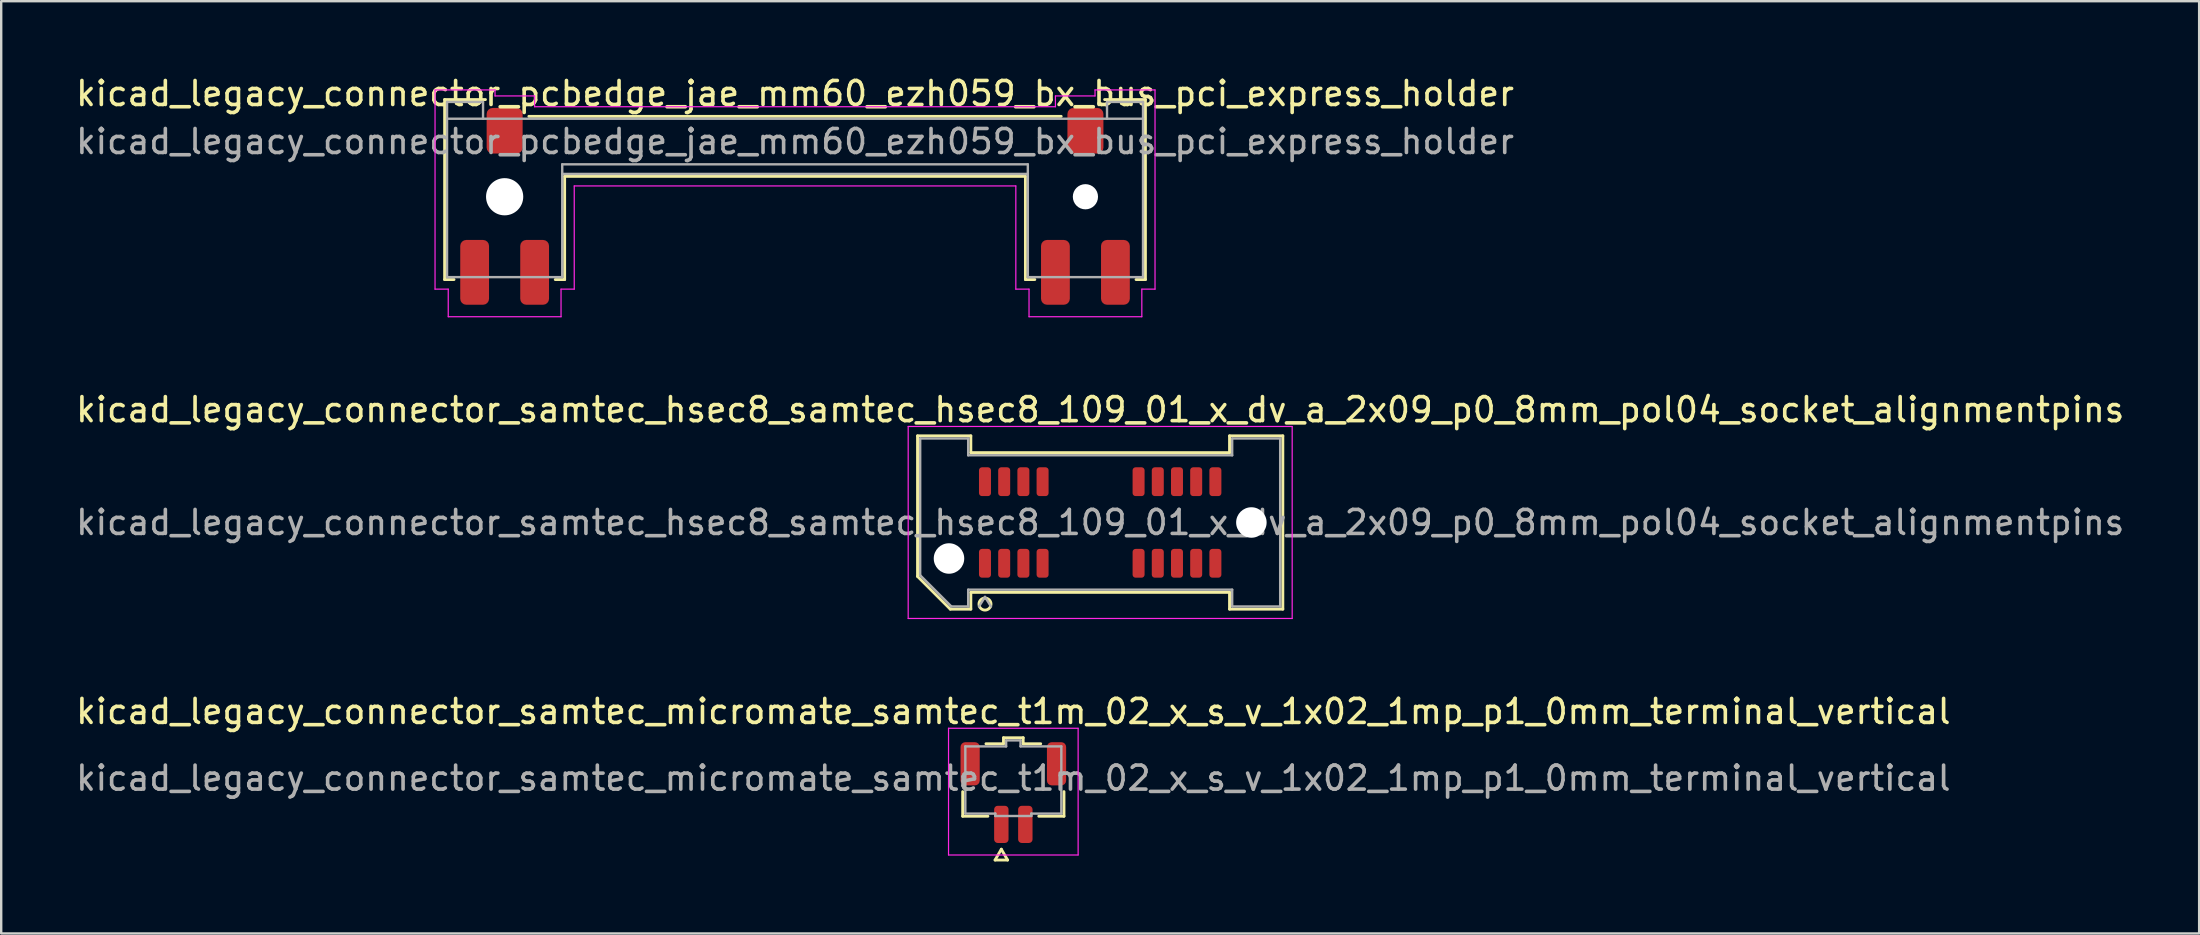
<source format=kicad_pcb>
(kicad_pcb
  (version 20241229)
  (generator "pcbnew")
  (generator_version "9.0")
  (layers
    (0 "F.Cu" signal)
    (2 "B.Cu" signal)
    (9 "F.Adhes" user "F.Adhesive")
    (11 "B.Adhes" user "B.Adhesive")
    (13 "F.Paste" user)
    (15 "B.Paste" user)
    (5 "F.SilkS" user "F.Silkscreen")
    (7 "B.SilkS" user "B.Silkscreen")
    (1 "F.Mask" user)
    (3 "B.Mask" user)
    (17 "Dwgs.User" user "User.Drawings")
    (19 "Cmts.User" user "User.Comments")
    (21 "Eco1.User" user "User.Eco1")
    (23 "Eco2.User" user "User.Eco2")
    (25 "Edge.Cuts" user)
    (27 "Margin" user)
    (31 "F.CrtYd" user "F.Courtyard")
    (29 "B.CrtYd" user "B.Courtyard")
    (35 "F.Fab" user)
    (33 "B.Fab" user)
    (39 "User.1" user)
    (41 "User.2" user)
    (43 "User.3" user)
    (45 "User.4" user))
  (footprint "kicad_legacy_connector_pcbedge_jae_mm60_ezh059_bx_bus_pci_express_holder"
    (layer "F.Cu")
    (at 30.077 2.848)
    (property "Reference" "kicad_legacy_connector_pcbedge_jae_mm60_ezh059_bx_bus_pci_express_holder" (at 0 -2 0) (layer "F.SilkS") (effects (font (size 1 1) (thickness 0.15))))
    (attr smd)
    (fp_line (start -14.6 -1.75) (end -12.9 -1.75) (stroke (width 0.12) (type solid)) (layer "F.SilkS"))
    (fp_line (start -14.6 5.75) (end -14.6 -1.75) (stroke (width 0.12) (type solid)) (layer "F.SilkS"))
    (fp_line (start -14.6 5.75) (end -14.21 5.75) (stroke (width 0.12) (type solid)) (layer "F.SilkS"))
    (fp_line (start -11.09 -1.05) (end 11.09 -1.05) (stroke (width 0.12) (type solid)) (layer "F.SilkS"))
    (fp_line (start -9.99 5.75) (end -9.6 5.75) (stroke (width 0.12) (type solid)) (layer "F.SilkS"))
    (fp_line (start -9.6 1.45) (end 9.6 1.45) (stroke (width 0.12) (type solid)) (layer "F.SilkS"))
    (fp_line (start -9.6 5.75) (end -9.6 1.45) (stroke (width 0.12) (type solid)) (layer "F.SilkS"))
    (fp_line (start 9.6 5.75) (end 9.6 1.45) (stroke (width 0.12) (type solid)) (layer "F.SilkS"))
    (fp_line (start 9.99 5.75) (end 9.6 5.75) (stroke (width 0.12) (type solid)) (layer "F.SilkS"))
    (fp_line (start 14.21 5.75) (end 14.6 5.75) (stroke (width 0.12) (type solid)) (layer "F.SilkS"))
    (fp_line (start 14.6 -1.75) (end 12.9 -1.75) (stroke (width 0.12) (type solid)) (layer "F.SilkS"))
    (fp_line (start 14.6 5.75) (end 14.6 -1.75) (stroke (width 0.12) (type solid)) (layer "F.SilkS"))
    (fp_line (start -15 -2.15) (end -15 6.15) (stroke (width 0.05) (type default)) (layer "F.CrtYd"))
    (fp_line (start -15 -2.15) (end -12.5 -2.15) (stroke (width 0.05) (type default)) (layer "F.CrtYd"))
    (fp_line (start -15 6.15) (end -14.45 6.15) (stroke (width 0.05) (type default)) (layer "F.CrtYd"))
    (fp_line (start -14.45 6.15) (end -14.45 7.3) (stroke (width 0.05) (type default)) (layer "F.CrtYd"))
    (fp_line (start -14.45 7.3) (end -9.75 7.3) (stroke (width 0.05) (type default)) (layer "F.CrtYd"))
    (fp_line (start -12.5 -2.15) (end -12.5 -1.9) (stroke (width 0.05) (type default)) (layer "F.CrtYd"))
    (fp_line (start -12.5 -1.9) (end -10.85 -1.9) (stroke (width 0.05) (type default)) (layer "F.CrtYd"))
    (fp_line (start -10.85 -1.9) (end -10.85 -1.45) (stroke (width 0.05) (type default)) (layer "F.CrtYd"))
    (fp_line (start -9.75 6.15) (end -9.2 6.15) (stroke (width 0.05) (type default)) (layer "F.CrtYd"))
    (fp_line (start -9.75 7.3) (end -9.75 6.15) (stroke (width 0.05) (type default)) (layer "F.CrtYd"))
    (fp_line (start -9.2 1.85) (end 9.2 1.85) (stroke (width 0.05) (type default)) (layer "F.CrtYd"))
    (fp_line (start -9.2 6.15) (end -9.2 1.85) (stroke (width 0.05) (type default)) (layer "F.CrtYd"))
    (fp_line (start 9.2 6.15) (end 9.2 1.85) (stroke (width 0.05) (type default)) (layer "F.CrtYd"))
    (fp_line (start 9.75 6.15) (end 9.2 6.15) (stroke (width 0.05) (type default)) (layer "F.CrtYd"))
    (fp_line (start 9.75 7.3) (end 9.75 6.15) (stroke (width 0.05) (type default)) (layer "F.CrtYd"))
    (fp_line (start 10.85 -1.9) (end 10.85 -1.45) (stroke (width 0.05) (type default)) (layer "F.CrtYd"))
    (fp_line (start 10.85 -1.45) (end -10.85 -1.45) (stroke (width 0.05) (type default)) (layer "F.CrtYd"))
    (fp_line (start 12.5 -2.15) (end 12.5 -1.9) (stroke (width 0.05) (type default)) (layer "F.CrtYd"))
    (fp_line (start 12.5 -1.9) (end 10.85 -1.9) (stroke (width 0.05) (type default)) (layer "F.CrtYd"))
    (fp_line (start 14.45 6.15) (end 14.45 7.3) (stroke (width 0.05) (type default)) (layer "F.CrtYd"))
    (fp_line (start 14.45 7.3) (end 9.75 7.3) (stroke (width 0.05) (type default)) (layer "F.CrtYd"))
    (fp_line (start 15 -2.15) (end 12.5 -2.15) (stroke (width 0.05) (type default)) (layer "F.CrtYd"))
    (fp_line (start 15 -2.15) (end 15 6.15) (stroke (width 0.05) (type default)) (layer "F.CrtYd"))
    (fp_line (start 15 6.15) (end 14.45 6.15) (stroke (width 0.05) (type default)) (layer "F.CrtYd"))
    (fp_line (start -14.5 -1.65) (end -13 -1.65) (stroke (width 0.1) (type default)) (layer "F.Fab"))
    (fp_line (start -14.5 -0.95) (end 14.5 -0.95) (stroke (width 0.1) (type solid)) (layer "F.Fab"))
    (fp_line (start -14.5 5.65) (end -14.5 -1.65) (stroke (width 0.1) (type solid)) (layer "F.Fab"))
    (fp_line (start -13 -1.65) (end -13 -0.95) (stroke (width 0.1) (type default)) (layer "F.Fab"))
    (fp_line (start -9.7 0.95) (end 9.7 0.95) (stroke (width 0.1) (type default)) (layer "F.Fab"))
    (fp_line (start -9.7 1.35) (end -9.7 0.95) (stroke (width 0.1) (type default)) (layer "F.Fab"))
    (fp_line (start -9.7 1.35) (end -9.7 5.65) (stroke (width 0.1) (type solid)) (layer "F.Fab"))
    (fp_line (start -9.7 1.35) (end 9.7 1.35) (stroke (width 0.1) (type default)) (layer "F.Fab"))
    (fp_line (start -9.7 5.65) (end -14.5 5.65) (stroke (width 0.1) (type solid)) (layer "F.Fab"))
    (fp_line (start 9.7 1.35) (end 9.7 0.95) (stroke (width 0.1) (type default)) (layer "F.Fab"))
    (fp_line (start 9.7 1.35) (end 9.7 5.65) (stroke (width 0.1) (type solid)) (layer "F.Fab"))
    (fp_line (start 13 -1.65) (end 13 -0.95) (stroke (width 0.1) (type default)) (layer "F.Fab"))
    (fp_line (start 14.5 -1.65) (end 13 -1.65) (stroke (width 0.1) (type default)) (layer "F.Fab"))
    (fp_line (start 14.5 -1.65) (end 14.5 5.65) (stroke (width 0.1) (type solid)) (layer "F.Fab"))
    (fp_line (start 14.5 5.65) (end 9.7 5.65) (stroke (width 0.1) (type solid)) (layer "F.Fab"))
    (fp_text user "${REFERENCE}" (at 0 0 0) (layer "F.Fab") (effects (font (size 1 1) (thickness 0.15))))
    (pad "" np_thru_hole circle (at -12.1 2.3) (size 1.55 1.55) (drill 1.55) (layers "*.Cu" "*.Mask"))
    (pad "" np_thru_hole circle (at 12.1 2.3) (size 1.05 1.05) (drill 1.05) (layers "*.Cu" "*.Mask"))
    (pad "MP" smd roundrect (at -13.35 5.45) (size 1.2 2.7) (layers "F.Cu" "F.Mask" "F.Paste") (roundrect_rratio 0.208))
    (pad "MP" smd roundrect (at -12.1 -0.45) (size 1.5 1.9) (layers "F.Cu" "F.Mask" "F.Paste") (roundrect_rratio 0.167))
    (pad "MP" smd roundrect (at -10.85 5.45) (size 1.2 2.7) (layers "F.Cu" "F.Mask" "F.Paste") (roundrect_rratio 0.208))
    (pad "MP" smd roundrect (at 10.85 5.45) (size 1.2 2.7) (layers "F.Cu" "F.Mask" "F.Paste") (roundrect_rratio 0.208))
    (pad "MP" smd roundrect (at 12.1 -0.45) (size 1.5 1.9) (layers "F.Cu" "F.Mask" "F.Paste") (roundrect_rratio 0.167))
    (pad "MP" smd roundrect (at 13.35 5.45) (size 1.2 2.7) (layers "F.Cu" "F.Mask" "F.Paste") (roundrect_rratio 0.208)))
  (footprint "kicad_legacy_connector_samtec_micromate_samtec_t1m_02_x_s_v_1x02_1mp_p1_0mm_terminal_vertical"
    (layer "F.Cu")
    (at 39.173 29.375)
    (property "Reference" "kicad_legacy_connector_samtec_micromate_samtec_t1m_02_x_s_v_1x02_1mp_p1_0mm_terminal_vertical" (at 0 -2.78 0) (layer "F.SilkS") (effects (font (size 1 1) (thickness 0.15))))
    (attr smd)
    (fp_line (start -2.11 1.585) (end -2.11 0.56) (stroke (width 0.12) (type solid)) (layer "F.SilkS"))
    (fp_line (start -1.14 -1.435) (end -0.41 -1.435) (stroke (width 0.12) (type solid)) (layer "F.SilkS"))
    (fp_line (start -1.06 1.585) (end -2.11 1.585) (stroke (width 0.12) (type solid)) (layer "F.SilkS"))
    (fp_line (start -0.76 3.41) (end -0.5 2.96) (stroke (width 0.12) (type solid)) (layer "F.SilkS"))
    (fp_line (start -0.5 2.96) (end -0.24 3.41) (stroke (width 0.12) (type solid)) (layer "F.SilkS"))
    (fp_line (start -0.41 -1.685) (end 0.41 -1.685) (stroke (width 0.12) (type solid)) (layer "F.SilkS"))
    (fp_line (start -0.41 -1.435) (end -0.41 -1.685) (stroke (width 0.12) (type solid)) (layer "F.SilkS"))
    (fp_line (start -0.24 3.41) (end -0.76 3.41) (stroke (width 0.12) (type solid)) (layer "F.SilkS"))
    (fp_line (start 0.41 -1.685) (end 0.41 -1.435) (stroke (width 0.12) (type solid)) (layer "F.SilkS"))
    (fp_line (start 0.41 -1.435) (end 1.14 -1.435) (stroke (width 0.12) (type solid)) (layer "F.SilkS"))
    (fp_line (start 2.11 0.56) (end 2.11 1.585) (stroke (width 0.12) (type solid)) (layer "F.SilkS"))
    (fp_line (start 2.11 1.585) (end 1.06 1.585) (stroke (width 0.12) (type solid)) (layer "F.SilkS"))
    (fp_line (start -2.7 -2.08) (end -2.7 3.2) (stroke (width 0.05) (type solid)) (layer "F.CrtYd"))
    (fp_line (start -2.7 3.2) (end 2.7 3.2) (stroke (width 0.05) (type solid)) (layer "F.CrtYd"))
    (fp_line (start 2.7 -2.08) (end -2.7 -2.08) (stroke (width 0.05) (type solid)) (layer "F.CrtYd"))
    (fp_line (start 2.7 3.2) (end 2.7 -2.08) (stroke (width 0.05) (type solid)) (layer "F.CrtYd"))
    (fp_line (start -2 -1.325) (end -0.3 -1.325) (stroke (width 0.1) (type solid)) (layer "F.Fab"))
    (fp_line (start -2 1.475) (end -2 -1.325) (stroke (width 0.1) (type solid)) (layer "F.Fab"))
    (fp_line (start -0.75 1.475) (end -2 1.475) (stroke (width 0.1) (type solid)) (layer "F.Fab"))
    (fp_line (start -0.75 1.575) (end -0.75 1.475) (stroke (width 0.1) (type solid)) (layer "F.Fab"))
    (fp_line (start -0.3 -1.575) (end 0.3 -1.575) (stroke (width 0.1) (type solid)) (layer "F.Fab"))
    (fp_line (start -0.3 -1.325) (end -0.3 -1.575) (stroke (width 0.1) (type solid)) (layer "F.Fab"))
    (fp_line (start 0.3 -1.575) (end 0.3 -1.325) (stroke (width 0.1) (type solid)) (layer "F.Fab"))
    (fp_line (start 0.3 -1.325) (end 2 -1.325) (stroke (width 0.1) (type solid)) (layer "F.Fab"))
    (fp_line (start 0.75 1.475) (end 0.75 1.575) (stroke (width 0.1) (type solid)) (layer "F.Fab"))
    (fp_line (start 0.75 1.575) (end -0.75 1.575) (stroke (width 0.1) (type solid)) (layer "F.Fab"))
    (fp_line (start 2 -1.325) (end 2 1.475) (stroke (width 0.1) (type solid)) (layer "F.Fab"))
    (fp_line (start 2 1.475) (end 0.75 1.475) (stroke (width 0.1) (type solid)) (layer "F.Fab"))
    (fp_text user "${REFERENCE}" (at 0 0 0) (layer "F.Fab") (effects (font (size 1 1) (thickness 0.15))))
    (pad "1" smd roundrect (at -0.5 1.925) (size 0.6 1.55) (layers "F.Cu" "F.Mask" "F.Paste") (roundrect_rratio 0.25))
    (pad "2" smd roundrect (at 0.5 1.925) (size 0.6 1.55) (layers "F.Cu" "F.Mask" "F.Paste") (roundrect_rratio 0.25))
    (pad "MP" smd roundrect (at -1.8 -0.6) (size 0.8 1.8) (layers "F.Cu" "F.Mask" "F.Paste") (roundrect_rratio 0.25))
    (pad "MP" smd roundrect (at 1.8 -0.6) (size 0.8 1.8) (layers "F.Cu" "F.Mask" "F.Paste") (roundrect_rratio 0.25)))
  (footprint "kicad_legacy_connector_samtec_hsec8_samtec_hsec8_109_01_x_dv_a_2x09_p0_8mm_pol04_socket_alignmentpins"
    (layer "F.Cu")
    (at 42.792 18.721)
    (property "Reference" "kicad_legacy_connector_samtec_hsec8_samtec_hsec8_109_01_x_dv_a_2x09_p0_8mm_pol04_socket_alignmentpins" (at 0 -4.7 0) (layer "F.SilkS") (effects (font (size 1 1) (thickness 0.15))))
    (attr smd)
    (fp_line (start -7.61 -3.61) (end -5.39 -3.61) (stroke (width 0.12) (type solid)) (layer "F.SilkS"))
    (fp_line (start -7.61 2.246) (end -7.61 -3.61) (stroke (width 0.12) (type solid)) (layer "F.SilkS"))
    (fp_line (start -6.246 3.61) (end -7.61 2.246) (stroke (width 0.12) (type solid)) (layer "F.SilkS"))
    (fp_line (start -5.39 -3.61) (end -5.39 -2.91) (stroke (width 0.12) (type solid)) (layer "F.SilkS"))
    (fp_line (start -5.39 -2.91) (end 5.39 -2.91) (stroke (width 0.12) (type solid)) (layer "F.SilkS"))
    (fp_line (start -5.39 2.91) (end -5.39 3.61) (stroke (width 0.12) (type solid)) (layer "F.SilkS"))
    (fp_line (start -5.39 3.61) (end -6.246 3.61) (stroke (width 0.12) (type solid)) (layer "F.SilkS"))
    (fp_line (start 5.39 -3.61) (end 7.61 -3.61) (stroke (width 0.12) (type solid)) (layer "F.SilkS"))
    (fp_line (start 5.39 -2.91) (end 5.39 -3.61) (stroke (width 0.12) (type solid)) (layer "F.SilkS"))
    (fp_line (start 5.39 2.91) (end -5.39 2.91) (stroke (width 0.12) (type solid)) (layer "F.SilkS"))
    (fp_line (start 5.39 3.61) (end 5.39 2.91) (stroke (width 0.12) (type solid)) (layer "F.SilkS"))
    (fp_line (start 7.61 -3.61) (end 7.61 3.61) (stroke (width 0.12) (type solid)) (layer "F.SilkS"))
    (fp_line (start 7.61 3.61) (end 5.39 3.61) (stroke (width 0.12) (type solid)) (layer "F.SilkS"))
    (fp_arc (start -4.55 3.4) (mid -5.05 3.4) (end -4.55 3.4) (stroke (width 0.12) (type solid)) (layer "F.SilkS"))
    (fp_line (start -8 -4) (end -8 4) (stroke (width 0.05) (type solid)) (layer "F.CrtYd"))
    (fp_line (start -8 4) (end 8 4) (stroke (width 0.05) (type solid)) (layer "F.CrtYd"))
    (fp_line (start 8 -4) (end -8 -4) (stroke (width 0.05) (type solid)) (layer "F.CrtYd"))
    (fp_line (start 8 4) (end 8 -4) (stroke (width 0.05) (type solid)) (layer "F.CrtYd"))
    (fp_line (start -7.5 -3.5) (end -5.5 -3.5) (stroke (width 0.1) (type solid)) (layer "F.Fab"))
    (fp_line (start -7.5 2.2) (end -7.5 -3.5) (stroke (width 0.1) (type solid)) (layer "F.Fab"))
    (fp_line (start -6.2 3.5) (end -7.5 2.2) (stroke (width 0.1) (type solid)) (layer "F.Fab"))
    (fp_line (start -5.5 -3.5) (end -5.5 -2.8) (stroke (width 0.1) (type solid)) (layer "F.Fab"))
    (fp_line (start -5.5 -2.8) (end 5.5 -2.8) (stroke (width 0.1) (type solid)) (layer "F.Fab"))
    (fp_line (start -5.5 2.8) (end -5.5 3.5) (stroke (width 0.1) (type solid)) (layer "F.Fab"))
    (fp_line (start -5.5 3.5) (end -6.2 3.5) (stroke (width 0.1) (type solid)) (layer "F.Fab"))
    (fp_line (start -4.8 3.1) (end -5.05 3.5) (stroke (width 0.1) (type solid)) (layer "F.Fab"))
    (fp_line (start -4.8 3.1) (end -4.55 3.5) (stroke (width 0.1) (type solid)) (layer "F.Fab"))
    (fp_line (start 5.5 -3.5) (end 7.5 -3.5) (stroke (width 0.1) (type solid)) (layer "F.Fab"))
    (fp_line (start 5.5 -2.8) (end 5.5 -3.5) (stroke (width 0.1) (type solid)) (layer "F.Fab"))
    (fp_line (start 5.5 2.8) (end -5.5 2.8) (stroke (width 0.1) (type solid)) (layer "F.Fab"))
    (fp_line (start 5.5 3.5) (end 5.5 2.8) (stroke (width 0.1) (type solid)) (layer "F.Fab"))
    (fp_line (start 7.5 -3.5) (end 7.5 3.5) (stroke (width 0.1) (type solid)) (layer "F.Fab"))
    (fp_line (start 7.5 3.5) (end 5.5 3.5) (stroke (width 0.1) (type solid)) (layer "F.Fab"))
    (fp_text user "${REFERENCE}" (at 0 0 0) (layer "F.Fab") (effects (font (size 1 1) (thickness 0.15))))
    (pad "" np_thru_hole circle (at -6.3 1.5) (size 1.27 1.27) (drill 1.27) (layers "*.Cu" "*.Mask"))
    (pad "" np_thru_hole circle (at 6.3 0) (size 1.27 1.27) (drill 1.27) (layers "*.Cu" "*.Mask"))
    (pad "1" smd roundrect (at -4.8 1.7) (size 0.5 1.2) (layers "F.Cu" "F.Mask" "F.Paste") (roundrect_rratio 0.25))
    (pad "2" smd roundrect (at -4.8 -1.7) (size 0.5 1.2) (layers "F.Cu" "F.Mask" "F.Paste") (roundrect_rratio 0.25))
    (pad "3" smd roundrect (at -4 1.7) (size 0.5 1.2) (layers "F.Cu" "F.Mask" "F.Paste") (roundrect_rratio 0.25))
    (pad "4" smd roundrect (at -4 -1.7) (size 0.5 1.2) (layers "F.Cu" "F.Mask" "F.Paste") (roundrect_rratio 0.25))
    (pad "5" smd roundrect (at -3.2 1.7) (size 0.5 1.2) (layers "F.Cu" "F.Mask" "F.Paste") (roundrect_rratio 0.25))
    (pad "6" smd roundrect (at -3.2 -1.7) (size 0.5 1.2) (layers "F.Cu" "F.Mask" "F.Paste") (roundrect_rratio 0.25))
    (pad "7" smd roundrect (at -2.4 1.7) (size 0.5 1.2) (layers "F.Cu" "F.Mask" "F.Paste") (roundrect_rratio 0.25))
    (pad "8" smd roundrect (at -2.4 -1.7) (size 0.5 1.2) (layers "F.Cu" "F.Mask" "F.Paste") (roundrect_rratio 0.25))
    (pad "9" smd roundrect (at 1.6 1.7) (size 0.5 1.2) (layers "F.Cu" "F.Mask" "F.Paste") (roundrect_rratio 0.25))
    (pad "10" smd roundrect (at 1.6 -1.7) (size 0.5 1.2) (layers "F.Cu" "F.Mask" "F.Paste") (roundrect_rratio 0.25))
    (pad "11" smd roundrect (at 2.4 1.7) (size 0.5 1.2) (layers "F.Cu" "F.Mask" "F.Paste") (roundrect_rratio 0.25))
    (pad "12" smd roundrect (at 2.4 -1.7) (size 0.5 1.2) (layers "F.Cu" "F.Mask" "F.Paste") (roundrect_rratio 0.25))
    (pad "13" smd roundrect (at 3.2 1.7) (size 0.5 1.2) (layers "F.Cu" "F.Mask" "F.Paste") (roundrect_rratio 0.25))
    (pad "14" smd roundrect (at 3.2 -1.7) (size 0.5 1.2) (layers "F.Cu" "F.Mask" "F.Paste") (roundrect_rratio 0.25))
    (pad "15" smd roundrect (at 4 1.7) (size 0.5 1.2) (layers "F.Cu" "F.Mask" "F.Paste") (roundrect_rratio 0.25))
    (pad "16" smd roundrect (at 4 -1.7) (size 0.5 1.2) (layers "F.Cu" "F.Mask" "F.Paste") (roundrect_rratio 0.25))
    (pad "17" smd roundrect (at 4.8 1.7) (size 0.5 1.2) (layers "F.Cu" "F.Mask" "F.Paste") (roundrect_rratio 0.25))
    (pad "18" smd roundrect (at 4.8 -1.7) (size 0.5 1.2) (layers "F.Cu" "F.Mask" "F.Paste") (roundrect_rratio 0.25)))
  (gr_rect
    (start -3 -3)
    (end 88.583 35.845)
    (stroke (width 0.1) (type default))
    (fill no)
    (layer "Edge.Cuts")))
</source>
